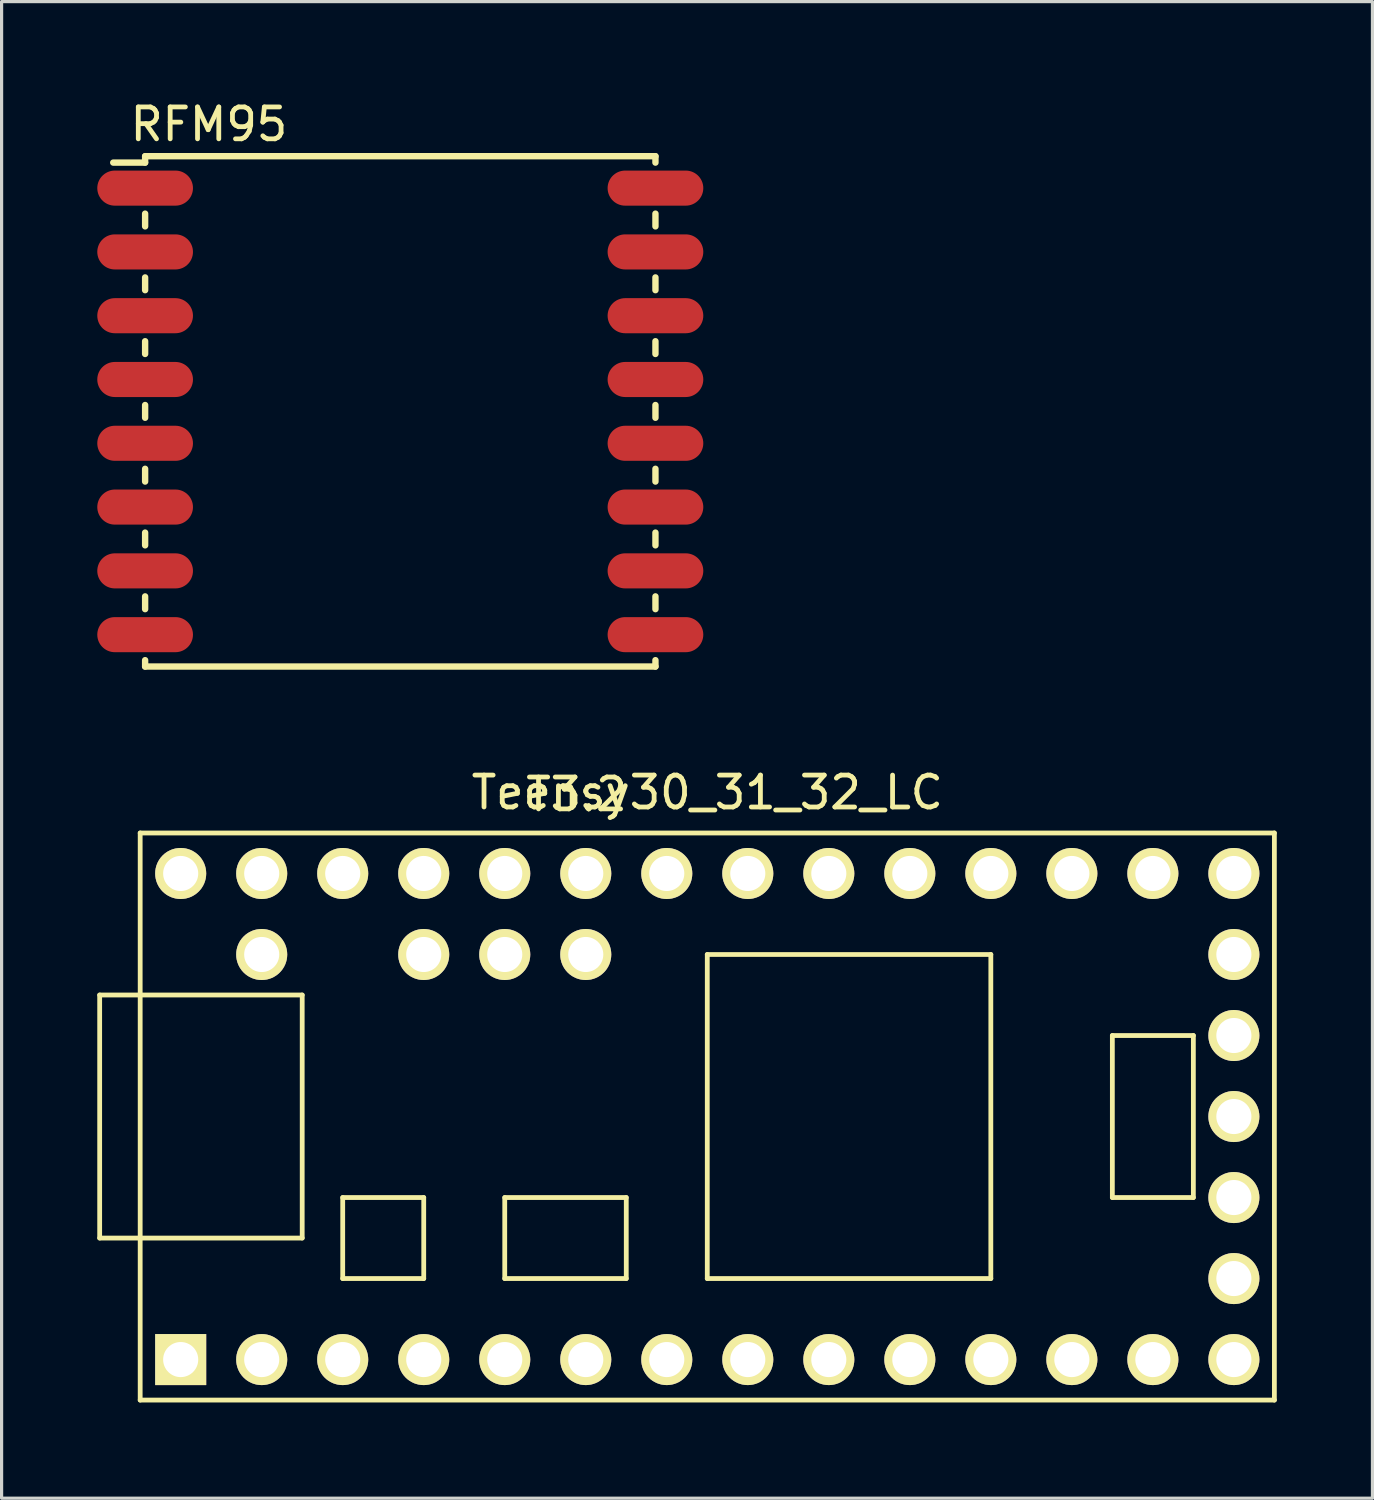
<source format=kicad_pcb>
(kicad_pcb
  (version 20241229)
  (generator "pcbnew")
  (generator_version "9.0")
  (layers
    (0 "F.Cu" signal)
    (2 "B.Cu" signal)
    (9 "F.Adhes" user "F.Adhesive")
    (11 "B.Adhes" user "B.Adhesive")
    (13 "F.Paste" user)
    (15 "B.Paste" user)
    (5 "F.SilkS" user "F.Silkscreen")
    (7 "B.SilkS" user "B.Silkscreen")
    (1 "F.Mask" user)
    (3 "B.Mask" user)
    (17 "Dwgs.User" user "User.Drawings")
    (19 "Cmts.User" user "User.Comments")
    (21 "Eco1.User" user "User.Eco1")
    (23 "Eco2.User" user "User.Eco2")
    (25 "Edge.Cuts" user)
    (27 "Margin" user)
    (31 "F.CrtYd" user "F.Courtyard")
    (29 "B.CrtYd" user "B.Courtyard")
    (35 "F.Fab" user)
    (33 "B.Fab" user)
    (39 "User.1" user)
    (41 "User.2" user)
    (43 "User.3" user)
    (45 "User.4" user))
  (footprint "Teensy30_31_32_LC"
    (layer "F.Cu")
    (at 19.125 31.956)
    (property "Reference" "Teensy30_31_32_LC" (at 0 -10.16 0) (layer "F.SilkS") (effects (font (size 1 1) (thickness 0.15))))
    (attr through_hole)
    (fp_line (start -19.05 -3.81) (end -17.78 -3.81) (stroke (width 0.15) (type solid)) (layer "F.SilkS"))
    (fp_line (start -19.05 3.81) (end -19.05 -3.81) (stroke (width 0.15) (type solid)) (layer "F.SilkS"))
    (fp_line (start -17.78 -8.89) (end 17.78 -8.89) (stroke (width 0.15) (type solid)) (layer "F.SilkS"))
    (fp_line (start -17.78 3.81) (end -19.05 3.81) (stroke (width 0.15) (type solid)) (layer "F.SilkS"))
    (fp_line (start -17.78 8.89) (end -17.78 -8.89) (stroke (width 0.15) (type solid)) (layer "F.SilkS"))
    (fp_line (start -12.7 -3.81) (end -17.78 -3.81) (stroke (width 0.15) (type solid)) (layer "F.SilkS"))
    (fp_line (start -12.7 3.81) (end -17.78 3.81) (stroke (width 0.15) (type solid)) (layer "F.SilkS"))
    (fp_line (start -12.7 3.81) (end -12.7 -3.81) (stroke (width 0.15) (type solid)) (layer "F.SilkS"))
    (fp_line (start -11.43 2.54) (end -11.43 5.08) (stroke (width 0.15) (type solid)) (layer "F.SilkS"))
    (fp_line (start -11.43 5.08) (end -8.89 5.08) (stroke (width 0.15) (type solid)) (layer "F.SilkS"))
    (fp_line (start -8.89 2.54) (end -11.43 2.54) (stroke (width 0.15) (type solid)) (layer "F.SilkS"))
    (fp_line (start -8.89 5.08) (end -8.89 2.54) (stroke (width 0.15) (type solid)) (layer "F.SilkS"))
    (fp_line (start -6.35 2.54) (end -6.35 5.08) (stroke (width 0.15) (type solid)) (layer "F.SilkS"))
    (fp_line (start -6.35 5.08) (end -2.54 5.08) (stroke (width 0.15) (type solid)) (layer "F.SilkS"))
    (fp_line (start -2.54 2.54) (end -6.35 2.54) (stroke (width 0.15) (type solid)) (layer "F.SilkS"))
    (fp_line (start -2.54 5.08) (end -2.54 2.54) (stroke (width 0.15) (type solid)) (layer "F.SilkS"))
    (fp_line (start 0 -5.08) (end 0 5.08) (stroke (width 0.15) (type solid)) (layer "F.SilkS"))
    (fp_line (start 8.89 -5.08) (end 0 -5.08) (stroke (width 0.15) (type solid)) (layer "F.SilkS"))
    (fp_line (start 8.89 5.08) (end 0 5.08) (stroke (width 0.15) (type solid)) (layer "F.SilkS"))
    (fp_line (start 8.89 5.08) (end 8.89 -5.08) (stroke (width 0.15) (type solid)) (layer "F.SilkS"))
    (fp_line (start 12.7 -2.54) (end 15.24 -2.54) (stroke (width 0.15) (type solid)) (layer "F.SilkS"))
    (fp_line (start 12.7 2.54) (end 12.7 -2.54) (stroke (width 0.15) (type solid)) (layer "F.SilkS"))
    (fp_line (start 15.24 -2.54) (end 15.24 2.54) (stroke (width 0.15) (type solid)) (layer "F.SilkS"))
    (fp_line (start 15.24 2.54) (end 12.7 2.54) (stroke (width 0.15) (type solid)) (layer "F.SilkS"))
    (fp_line (start 17.78 -8.89) (end 17.78 8.89) (stroke (width 0.15) (type solid)) (layer "F.SilkS"))
    (fp_line (start 17.78 8.89) (end -17.78 8.89) (stroke (width 0.15) (type solid)) (layer "F.SilkS"))
    (fp_text user "T3.2" (at -4.1 -10.1 180) (layer "F.SilkS") (effects (font (size 1 1) (thickness 0.15))))
    (pad "1" thru_hole rect (at -16.51 7.62) (size 1.6 1.6) (drill 1.1) (layers "*.Cu" "*.Mask" "F.SilkS"))
    (pad "2" thru_hole circle (at -13.97 7.62) (size 1.6 1.6) (drill 1.1) (layers "*.Cu" "*.Mask" "F.SilkS"))
    (pad "3" thru_hole circle (at -11.43 7.62) (size 1.6 1.6) (drill 1.1) (layers "*.Cu" "*.Mask" "F.SilkS"))
    (pad "4" thru_hole circle (at -8.89 7.62) (size 1.6 1.6) (drill 1.1) (layers "*.Cu" "*.Mask" "F.SilkS"))
    (pad "5" thru_hole circle (at -6.35 7.62) (size 1.6 1.6) (drill 1.1) (layers "*.Cu" "*.Mask" "F.SilkS"))
    (pad "6" thru_hole circle (at -3.81 7.62) (size 1.6 1.6) (drill 1.1) (layers "*.Cu" "*.Mask" "F.SilkS"))
    (pad "7" thru_hole circle (at -1.27 7.62) (size 1.6 1.6) (drill 1.1) (layers "*.Cu" "*.Mask" "F.SilkS"))
    (pad "8" thru_hole circle (at 1.27 7.62) (size 1.6 1.6) (drill 1.1) (layers "*.Cu" "*.Mask" "F.SilkS"))
    (pad "9" thru_hole circle (at 3.81 7.62) (size 1.6 1.6) (drill 1.1) (layers "*.Cu" "*.Mask" "F.SilkS"))
    (pad "10" thru_hole circle (at 6.35 7.62) (size 1.6 1.6) (drill 1.1) (layers "*.Cu" "*.Mask" "F.SilkS"))
    (pad "11" thru_hole circle (at 8.89 7.62) (size 1.6 1.6) (drill 1.1) (layers "*.Cu" "*.Mask" "F.SilkS"))
    (pad "12" thru_hole circle (at 11.43 7.62) (size 1.6 1.6) (drill 1.1) (layers "*.Cu" "*.Mask" "F.SilkS"))
    (pad "13" thru_hole circle (at 13.97 7.62) (size 1.6 1.6) (drill 1.1) (layers "*.Cu" "*.Mask" "F.SilkS"))
    (pad "14" thru_hole circle (at 16.51 7.62) (size 1.6 1.6) (drill 1.1) (layers "*.Cu" "*.Mask" "F.SilkS"))
    (pad "15" thru_hole circle (at 16.51 5.08) (size 1.6 1.6) (drill 1.1) (layers "*.Cu" "*.Mask" "F.SilkS"))
    (pad "16" thru_hole circle (at 16.51 2.54) (size 1.6 1.6) (drill 1.1) (layers "*.Cu" "*.Mask" "F.SilkS"))
    (pad "17" thru_hole circle (at 16.51 0) (size 1.6 1.6) (drill 1.1) (layers "*.Cu" "*.Mask" "F.SilkS"))
    (pad "18" thru_hole circle (at 16.51 -2.54) (size 1.6 1.6) (drill 1.1) (layers "*.Cu" "*.Mask" "F.SilkS"))
    (pad "19" thru_hole circle (at 16.51 -5.08) (size 1.6 1.6) (drill 1.1) (layers "*.Cu" "*.Mask" "F.SilkS"))
    (pad "20" thru_hole circle (at 16.51 -7.62) (size 1.6 1.6) (drill 1.1) (layers "*.Cu" "*.Mask" "F.SilkS"))
    (pad "21" thru_hole circle (at 13.97 -7.62) (size 1.6 1.6) (drill 1.1) (layers "*.Cu" "*.Mask" "F.SilkS"))
    (pad "22" thru_hole circle (at 11.43 -7.62) (size 1.6 1.6) (drill 1.1) (layers "*.Cu" "*.Mask" "F.SilkS"))
    (pad "23" thru_hole circle (at 8.89 -7.62) (size 1.6 1.6) (drill 1.1) (layers "*.Cu" "*.Mask" "F.SilkS"))
    (pad "24" thru_hole circle (at 6.35 -7.62) (size 1.6 1.6) (drill 1.1) (layers "*.Cu" "*.Mask" "F.SilkS"))
    (pad "25" thru_hole circle (at 3.81 -7.62) (size 1.6 1.6) (drill 1.1) (layers "*.Cu" "*.Mask" "F.SilkS"))
    (pad "26" thru_hole circle (at 1.27 -7.62) (size 1.6 1.6) (drill 1.1) (layers "*.Cu" "*.Mask" "F.SilkS"))
    (pad "27" thru_hole circle (at -1.27 -7.62) (size 1.6 1.6) (drill 1.1) (layers "*.Cu" "*.Mask" "F.SilkS"))
    (pad "28" thru_hole circle (at -3.81 -7.62) (size 1.6 1.6) (drill 1.1) (layers "*.Cu" "*.Mask" "F.SilkS"))
    (pad "29" thru_hole circle (at -6.35 -7.62) (size 1.6 1.6) (drill 1.1) (layers "*.Cu" "*.Mask" "F.SilkS"))
    (pad "30" thru_hole circle (at -8.89 -7.62) (size 1.6 1.6) (drill 1.1) (layers "*.Cu" "*.Mask" "F.SilkS"))
    (pad "31" thru_hole circle (at -11.43 -7.62) (size 1.6 1.6) (drill 1.1) (layers "*.Cu" "*.Mask" "F.SilkS"))
    (pad "32" thru_hole circle (at -13.97 -7.62) (size 1.6 1.6) (drill 1.1) (layers "*.Cu" "*.Mask" "F.SilkS"))
    (pad "33" thru_hole circle (at -16.51 -7.62) (size 1.6 1.6) (drill 1.1) (layers "*.Cu" "*.Mask" "F.SilkS"))
    (pad "34" thru_hole circle (at -13.97 -5.08) (size 1.6 1.6) (drill 1.1) (layers "*.Cu" "*.Mask" "F.SilkS"))
    (pad "35" thru_hole circle (at -8.89 -5.08) (size 1.6 1.6) (drill 1.1) (layers "*.Cu" "*.Mask" "F.SilkS"))
    (pad "36" thru_hole circle (at -6.35 -5.08) (size 1.6 1.6) (drill 1.1) (layers "*.Cu" "*.Mask" "F.SilkS"))
    (pad "37" thru_hole circle (at -3.81 -5.08) (size 1.6 1.6) (drill 1.1) (layers "*.Cu" "*.Mask" "F.SilkS")))
  (footprint "RFM95"
    (layer "F.Cu")
    (at 9.5 9.848)
    (property "Reference" "RFM95" (at -6 -9 0) (layer "F.SilkS") (effects (font (size 1 1) (thickness 0.15))))
    (attr through_hole)
    (fp_line (start -9 -7.8) (end -8 -7.8) (stroke (width 0.2) (type solid)) (layer "F.SilkS"))
    (fp_line (start -8 -8) (end 8 -8) (stroke (width 0.2) (type solid)) (layer "F.SilkS"))
    (fp_line (start -8 -7.8) (end -8 -8) (stroke (width 0.2) (type solid)) (layer "F.SilkS"))
    (fp_line (start -8 -5.8) (end -8 -6.2) (stroke (width 0.2) (type solid)) (layer "F.SilkS"))
    (fp_line (start -8 -3.8) (end -8 -4.2) (stroke (width 0.2) (type solid)) (layer "F.SilkS"))
    (fp_line (start -8 -2.2) (end -8 -1.8) (stroke (width 0.2) (type solid)) (layer "F.SilkS"))
    (fp_line (start -8 -0.2) (end -8 0.2) (stroke (width 0.2) (type solid)) (layer "F.SilkS"))
    (fp_line (start -8 1.8) (end -8 2.2) (stroke (width 0.2) (type solid)) (layer "F.SilkS"))
    (fp_line (start -8 3.8) (end -8 4.2) (stroke (width 0.2) (type solid)) (layer "F.SilkS"))
    (fp_line (start -8 5.8) (end -8 6.2) (stroke (width 0.2) (type solid)) (layer "F.SilkS"))
    (fp_line (start -8 8) (end -8 7.8) (stroke (width 0.2) (type solid)) (layer "F.SilkS"))
    (fp_line (start 8 -8) (end 8 -7.8) (stroke (width 0.2) (type solid)) (layer "F.SilkS"))
    (fp_line (start 8 -6.2) (end 8 -5.8) (stroke (width 0.2) (type solid)) (layer "F.SilkS"))
    (fp_line (start 8 -4.2) (end 8 -3.8) (stroke (width 0.2) (type solid)) (layer "F.SilkS"))
    (fp_line (start 8 -2.2) (end 8 -1.8) (stroke (width 0.2) (type solid)) (layer "F.SilkS"))
    (fp_line (start 8 -0.2) (end 8 0.2) (stroke (width 0.2) (type solid)) (layer "F.SilkS"))
    (fp_line (start 8 1.8) (end 8 2.2) (stroke (width 0.2) (type solid)) (layer "F.SilkS"))
    (fp_line (start 8 3.8) (end 8 4.2) (stroke (width 0.2) (type solid)) (layer "F.SilkS"))
    (fp_line (start 8 5.8) (end 8 6.2) (stroke (width 0.2) (type solid)) (layer "F.SilkS"))
    (fp_line (start 8 7.8) (end 8 8) (stroke (width 0.2) (type solid)) (layer "F.SilkS"))
    (fp_line (start 8 8) (end -8 8) (stroke (width 0.2) (type solid)) (layer "F.SilkS"))
    (pad "1" smd oval (at -8 -7) (size 3 1.1) (layers "F.Cu" "F.Mask" "F.Paste"))
    (pad "2" smd oval (at -8 -5) (size 3 1.1) (layers "F.Cu" "F.Mask" "F.Paste"))
    (pad "3" smd oval (at -8 -3) (size 3 1.1) (layers "F.Cu" "F.Mask" "F.Paste"))
    (pad "4" smd oval (at -8 -1) (size 3 1.1) (layers "F.Cu" "F.Mask" "F.Paste"))
    (pad "5" smd oval (at -8 1) (size 3 1.1) (layers "F.Cu" "F.Mask" "F.Paste"))
    (pad "6" smd oval (at -8 3) (size 3 1.1) (layers "F.Cu" "F.Mask" "F.Paste"))
    (pad "7" smd oval (at -8 5) (size 3 1.1) (layers "F.Cu" "F.Mask" "F.Paste"))
    (pad "8" smd oval (at -8 7) (size 3 1.1) (layers "F.Cu" "F.Mask" "F.Paste"))
    (pad "9" smd oval (at 8 7) (size 3 1.1) (layers "F.Cu" "F.Mask" "F.Paste"))
    (pad "10" smd oval (at 8 5) (size 3 1.1) (layers "F.Cu" "F.Mask" "F.Paste"))
    (pad "11" smd oval (at 8 3) (size 3 1.1) (layers "F.Cu" "F.Mask" "F.Paste"))
    (pad "12" smd oval (at 8 1) (size 3 1.1) (layers "F.Cu" "F.Mask" "F.Paste"))
    (pad "13" smd oval (at 8 -1) (size 3 1.1) (layers "F.Cu" "F.Mask" "F.Paste"))
    (pad "14" smd oval (at 8 -3) (size 3 1.1) (layers "F.Cu" "F.Mask" "F.Paste"))
    (pad "15" smd oval (at 8 -5) (size 3 1.1) (layers "F.Cu" "F.Mask" "F.Paste"))
    (pad "16" smd oval (at 8 -7) (size 3 1.1) (layers "F.Cu" "F.Mask" "F.Paste")))
  (gr_rect
    (start -3 -3)
    (end 39.98 43.922)
    (stroke (width 0.1) (type default))
    (fill no)
    (layer "Edge.Cuts")))
</source>
